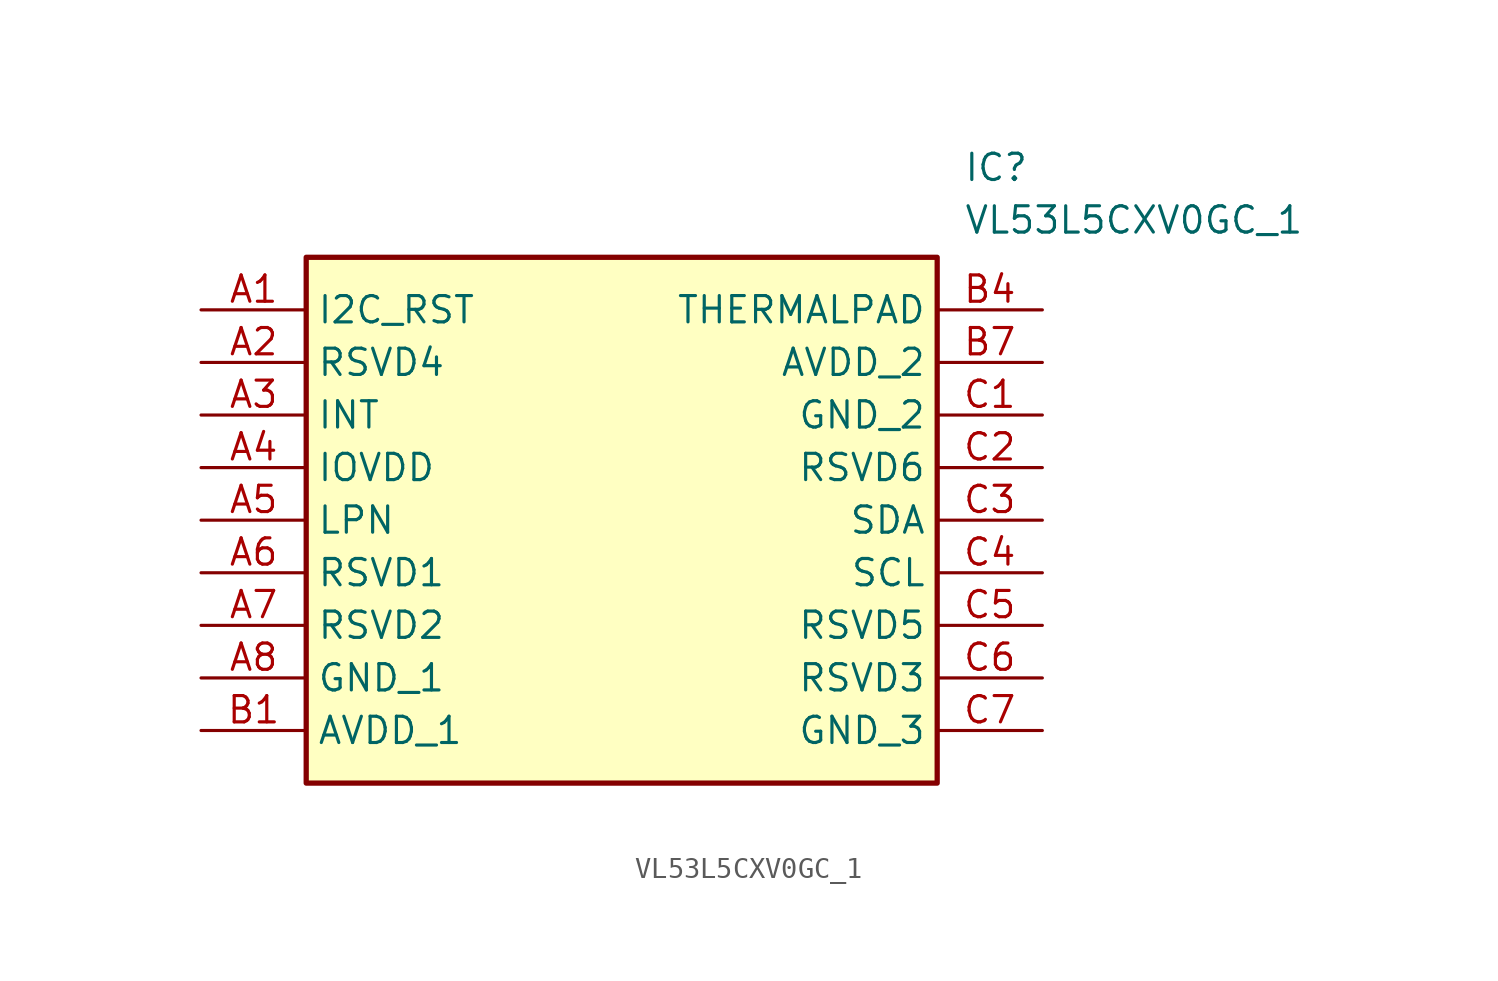
<source format=kicad_sym>
(kicad_symbol_lib
  (version 20211014)
  (generator SamacSys_ECAD_Model)
  (symbol "VL53L5CXV0GC_1"
    (property "Reference" "IC"
      (at 36.83 7.62 0)
      (effects (font (size 1.27 1.27)) (justify left top)))
    (property "Value" "VL53L5CXV0GC_1"
      (at 36.83 5.08 0)
      (effects (font (size 1.27 1.27)) (justify left top)))
    (rectangle
      (start 5.08 2.54)
      (end 35.56 -22.86)
      (stroke (width 0.254) (type default))
      (fill (type background)))
    (pin passive line
      (at 0 0 0)
      (length 5.08)
      (name "I2C_RST" (effects (font (size 1.27 1.27))))
      (number "A1" (effects (font (size 1.27 1.27)))))
    (pin passive line
      (at 0 -2.54 0)
      (length 5.08)
      (name "RSVD4" (effects (font (size 1.27 1.27))))
      (number "A2" (effects (font (size 1.27 1.27)))))
    (pin passive line
      (at 0 -5.08 0)
      (length 5.08)
      (name "INT" (effects (font (size 1.27 1.27))))
      (number "A3" (effects (font (size 1.27 1.27)))))
    (pin passive line
      (at 0 -7.62 0)
      (length 5.08)
      (name "IOVDD" (effects (font (size 1.27 1.27))))
      (number "A4" (effects (font (size 1.27 1.27)))))
    (pin passive line
      (at 0 -10.16 0)
      (length 5.08)
      (name "LPN" (effects (font (size 1.27 1.27))))
      (number "A5" (effects (font (size 1.27 1.27)))))
    (pin passive line
      (at 0 -12.7 0)
      (length 5.08)
      (name "RSVD1" (effects (font (size 1.27 1.27))))
      (number "A6" (effects (font (size 1.27 1.27)))))
    (pin passive line
      (at 0 -15.24 0)
      (length 5.08)
      (name "RSVD2" (effects (font (size 1.27 1.27))))
      (number "A7" (effects (font (size 1.27 1.27)))))
    (pin passive line
      (at 0 -17.78 0)
      (length 5.08)
      (name "GND_1" (effects (font (size 1.27 1.27))))
      (number "A8" (effects (font (size 1.27 1.27)))))
    (pin passive line
      (at 0 -20.32 0)
      (length 5.08)
      (name "AVDD_1" (effects (font (size 1.27 1.27))))
      (number "B1" (effects (font (size 1.27 1.27)))))
    (pin passive line
      (at 40.64 0 180)
      (length 5.08)
      (name "THERMALPAD" (effects (font (size 1.27 1.27))))
      (number "B4" (effects (font (size 1.27 1.27)))))
    (pin passive line
      (at 40.64 -2.54 180)
      (length 5.08)
      (name "AVDD_2" (effects (font (size 1.27 1.27))))
      (number "B7" (effects (font (size 1.27 1.27)))))
    (pin passive line
      (at 40.64 -5.08 180)
      (length 5.08)
      (name "GND_2" (effects (font (size 1.27 1.27))))
      (number "C1" (effects (font (size 1.27 1.27)))))
    (pin passive line
      (at 40.64 -7.62 180)
      (length 5.08)
      (name "RSVD6" (effects (font (size 1.27 1.27))))
      (number "C2" (effects (font (size 1.27 1.27)))))
    (pin passive line
      (at 40.64 -10.16 180)
      (length 5.08)
      (name "SDA" (effects (font (size 1.27 1.27))))
      (number "C3" (effects (font (size 1.27 1.27)))))
    (pin passive line
      (at 40.64 -12.7 180)
      (length 5.08)
      (name "SCL" (effects (font (size 1.27 1.27))))
      (number "C4" (effects (font (size 1.27 1.27)))))
    (pin passive line
      (at 40.64 -15.24 180)
      (length 5.08)
      (name "RSVD5" (effects (font (size 1.27 1.27))))
      (number "C5" (effects (font (size 1.27 1.27)))))
    (pin passive line
      (at 40.64 -17.78 180)
      (length 5.08)
      (name "RSVD3" (effects (font (size 1.27 1.27))))
      (number "C6" (effects (font (size 1.27 1.27)))))
    (pin passive line
      (at 40.64 -20.32 180)
      (length 5.08)
      (name "GND_3" (effects (font (size 1.27 1.27))))
      (number "C7" (effects (font (size 1.27 1.27)))))))
</source>
